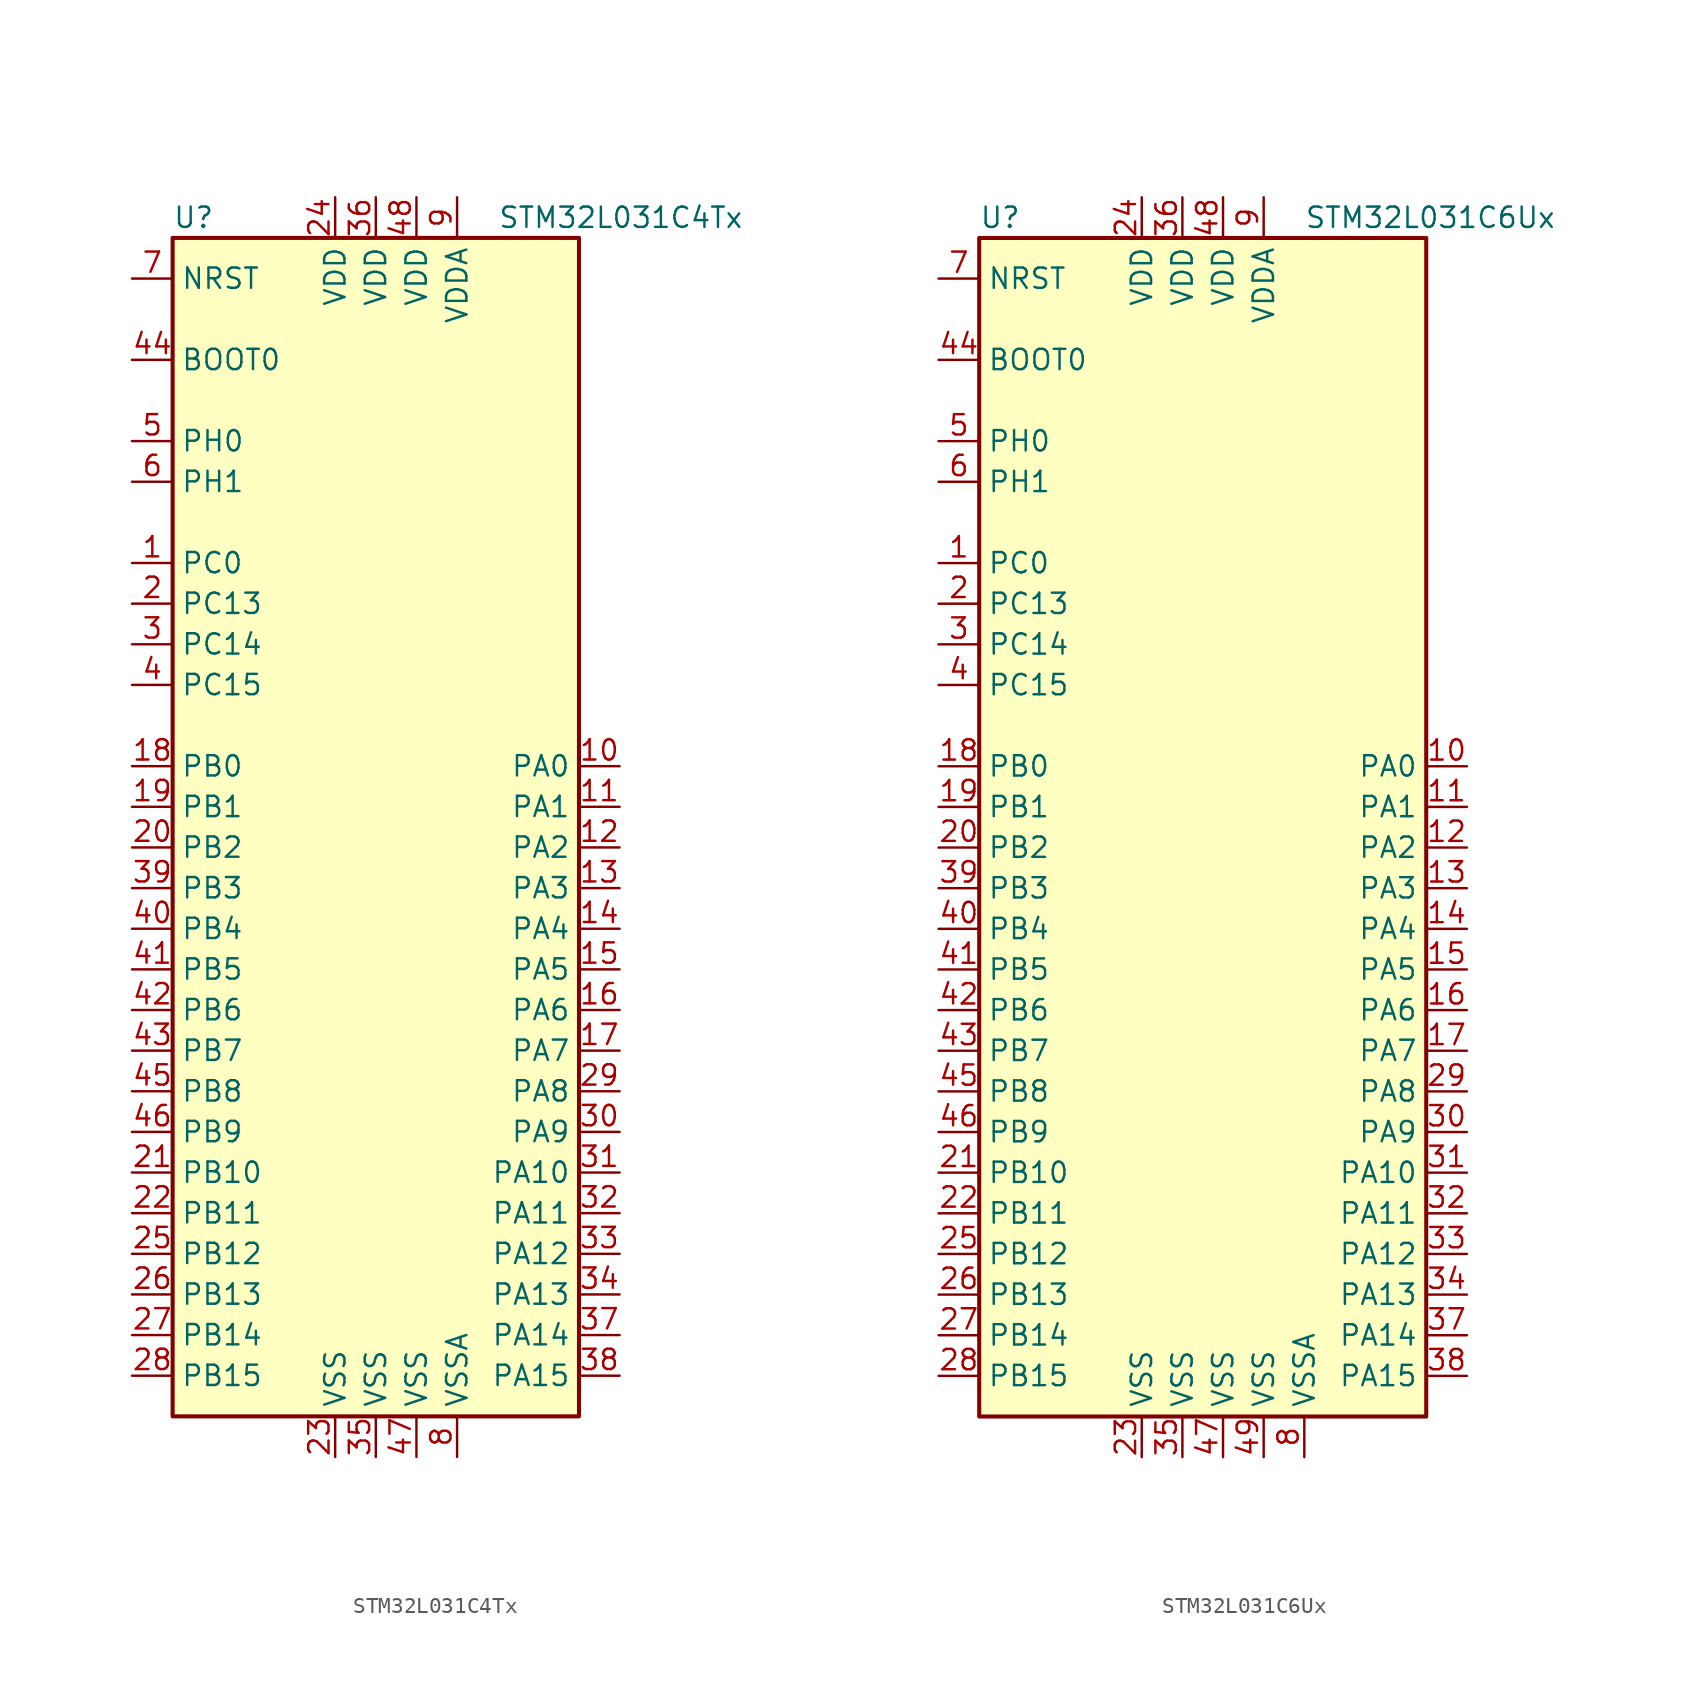
<source format=kicad_sym>
(kicad_symbol_lib
  (version 20211014)
  (generator kicad_symbol_editor)
  (symbol "STM32L031C4Tx"
    (property "Reference" "U"
      (at -12.7 36.83 0)
      (effects (font (size 1.27 1.27)) (justify left)))
    (property "Value" "STM32L031C4Tx"
      (at 7.62 36.83 0)
      (effects (font (size 1.27 1.27)) (justify left)))
    (symbol "STM32L031C4Tx_0_1"
      (rectangle (start -12.7 -38.1) (end 12.7 35.56) (stroke (width 0.254) (type default) (color 0 0 0 0)) (fill (type background))))
    (symbol "STM32L031C4Tx_1_1"
      (pin bidirectional line (at -15.24 15.24 0) (length 2.54) (name "PC0" (effects (font (size 1.27 1.27)))) (number "1" (effects (font (size 1.27 1.27)))))
      (pin bidirectional line (at 15.24 2.54 180) (length 2.54) (name "PA0" (effects (font (size 1.27 1.27)))) (number "10" (effects (font (size 1.27 1.27)))))
      (pin bidirectional line (at 15.24 0 180) (length 2.54) (name "PA1" (effects (font (size 1.27 1.27)))) (number "11" (effects (font (size 1.27 1.27)))))
      (pin bidirectional line (at 15.24 -2.54 180) (length 2.54) (name "PA2" (effects (font (size 1.27 1.27)))) (number "12" (effects (font (size 1.27 1.27)))))
      (pin bidirectional line (at 15.24 -5.08 180) (length 2.54) (name "PA3" (effects (font (size 1.27 1.27)))) (number "13" (effects (font (size 1.27 1.27)))))
      (pin bidirectional line (at 15.24 -7.62 180) (length 2.54) (name "PA4" (effects (font (size 1.27 1.27)))) (number "14" (effects (font (size 1.27 1.27)))))
      (pin bidirectional line (at 15.24 -10.16 180) (length 2.54) (name "PA5" (effects (font (size 1.27 1.27)))) (number "15" (effects (font (size 1.27 1.27)))))
      (pin bidirectional line (at 15.24 -12.7 180) (length 2.54) (name "PA6" (effects (font (size 1.27 1.27)))) (number "16" (effects (font (size 1.27 1.27)))))
      (pin bidirectional line (at 15.24 -15.24 180) (length 2.54) (name "PA7" (effects (font (size 1.27 1.27)))) (number "17" (effects (font (size 1.27 1.27)))))
      (pin bidirectional line (at -15.24 2.54 0) (length 2.54) (name "PB0" (effects (font (size 1.27 1.27)))) (number "18" (effects (font (size 1.27 1.27)))))
      (pin bidirectional line (at -15.24 0 0) (length 2.54) (name "PB1" (effects (font (size 1.27 1.27)))) (number "19" (effects (font (size 1.27 1.27)))))
      (pin bidirectional line (at -15.24 12.7 0) (length 2.54) (name "PC13" (effects (font (size 1.27 1.27)))) (number "2" (effects (font (size 1.27 1.27)))))
      (pin bidirectional line (at -15.24 -2.54 0) (length 2.54) (name "PB2" (effects (font (size 1.27 1.27)))) (number "20" (effects (font (size 1.27 1.27)))))
      (pin bidirectional line (at -15.24 -22.86 0) (length 2.54) (name "PB10" (effects (font (size 1.27 1.27)))) (number "21" (effects (font (size 1.27 1.27)))))
      (pin bidirectional line (at -15.24 -25.4 0) (length 2.54) (name "PB11" (effects (font (size 1.27 1.27)))) (number "22" (effects (font (size 1.27 1.27)))))
      (pin power_in line (at -2.54 -40.64 90) (length 2.54) (name "VSS" (effects (font (size 1.27 1.27)))) (number "23" (effects (font (size 1.27 1.27)))))
      (pin power_in line (at -2.54 38.1 270) (length 2.54) (name "VDD" (effects (font (size 1.27 1.27)))) (number "24" (effects (font (size 1.27 1.27)))))
      (pin bidirectional line (at -15.24 -27.94 0) (length 2.54) (name "PB12" (effects (font (size 1.27 1.27)))) (number "25" (effects (font (size 1.27 1.27)))))
      (pin bidirectional line (at -15.24 -30.48 0) (length 2.54) (name "PB13" (effects (font (size 1.27 1.27)))) (number "26" (effects (font (size 1.27 1.27)))))
      (pin bidirectional line (at -15.24 -33.02 0) (length 2.54) (name "PB14" (effects (font (size 1.27 1.27)))) (number "27" (effects (font (size 1.27 1.27)))))
      (pin bidirectional line (at -15.24 -35.56 0) (length 2.54) (name "PB15" (effects (font (size 1.27 1.27)))) (number "28" (effects (font (size 1.27 1.27)))))
      (pin bidirectional line (at 15.24 -17.78 180) (length 2.54) (name "PA8" (effects (font (size 1.27 1.27)))) (number "29" (effects (font (size 1.27 1.27)))))
      (pin bidirectional line (at -15.24 10.16 0) (length 2.54) (name "PC14" (effects (font (size 1.27 1.27)))) (number "3" (effects (font (size 1.27 1.27)))))
      (pin bidirectional line (at 15.24 -20.32 180) (length 2.54) (name "PA9" (effects (font (size 1.27 1.27)))) (number "30" (effects (font (size 1.27 1.27)))))
      (pin bidirectional line (at 15.24 -22.86 180) (length 2.54) (name "PA10" (effects (font (size 1.27 1.27)))) (number "31" (effects (font (size 1.27 1.27)))))
      (pin bidirectional line (at 15.24 -25.4 180) (length 2.54) (name "PA11" (effects (font (size 1.27 1.27)))) (number "32" (effects (font (size 1.27 1.27)))))
      (pin bidirectional line (at 15.24 -27.94 180) (length 2.54) (name "PA12" (effects (font (size 1.27 1.27)))) (number "33" (effects (font (size 1.27 1.27)))))
      (pin bidirectional line (at 15.24 -30.48 180) (length 2.54) (name "PA13" (effects (font (size 1.27 1.27)))) (number "34" (effects (font (size 1.27 1.27)))))
      (pin power_in line (at 0 -40.64 90) (length 2.54) (name "VSS" (effects (font (size 1.27 1.27)))) (number "35" (effects (font (size 1.27 1.27)))))
      (pin power_in line (at 0 38.1 270) (length 2.54) (name "VDD" (effects (font (size 1.27 1.27)))) (number "36" (effects (font (size 1.27 1.27)))))
      (pin bidirectional line (at 15.24 -33.02 180) (length 2.54) (name "PA14" (effects (font (size 1.27 1.27)))) (number "37" (effects (font (size 1.27 1.27)))))
      (pin bidirectional line (at 15.24 -35.56 180) (length 2.54) (name "PA15" (effects (font (size 1.27 1.27)))) (number "38" (effects (font (size 1.27 1.27)))))
      (pin bidirectional line (at -15.24 -5.08 0) (length 2.54) (name "PB3" (effects (font (size 1.27 1.27)))) (number "39" (effects (font (size 1.27 1.27)))))
      (pin bidirectional line (at -15.24 7.62 0) (length 2.54) (name "PC15" (effects (font (size 1.27 1.27)))) (number "4" (effects (font (size 1.27 1.27)))))
      (pin bidirectional line (at -15.24 -7.62 0) (length 2.54) (name "PB4" (effects (font (size 1.27 1.27)))) (number "40" (effects (font (size 1.27 1.27)))))
      (pin bidirectional line (at -15.24 -10.16 0) (length 2.54) (name "PB5" (effects (font (size 1.27 1.27)))) (number "41" (effects (font (size 1.27 1.27)))))
      (pin bidirectional line (at -15.24 -12.7 0) (length 2.54) (name "PB6" (effects (font (size 1.27 1.27)))) (number "42" (effects (font (size 1.27 1.27)))))
      (pin bidirectional line (at -15.24 -15.24 0) (length 2.54) (name "PB7" (effects (font (size 1.27 1.27)))) (number "43" (effects (font (size 1.27 1.27)))))
      (pin input line (at -15.24 27.94 0) (length 2.54) (name "BOOT0" (effects (font (size 1.27 1.27)))) (number "44" (effects (font (size 1.27 1.27)))))
      (pin bidirectional line (at -15.24 -17.78 0) (length 2.54) (name "PB8" (effects (font (size 1.27 1.27)))) (number "45" (effects (font (size 1.27 1.27)))))
      (pin bidirectional line (at -15.24 -20.32 0) (length 2.54) (name "PB9" (effects (font (size 1.27 1.27)))) (number "46" (effects (font (size 1.27 1.27)))))
      (pin power_in line (at 2.54 -40.64 90) (length 2.54) (name "VSS" (effects (font (size 1.27 1.27)))) (number "47" (effects (font (size 1.27 1.27)))))
      (pin power_in line (at 2.54 38.1 270) (length 2.54) (name "VDD" (effects (font (size 1.27 1.27)))) (number "48" (effects (font (size 1.27 1.27)))))
      (pin input line (at -15.24 22.86 0) (length 2.54) (name "PH0" (effects (font (size 1.27 1.27)))) (number "5" (effects (font (size 1.27 1.27)))))
      (pin input line (at -15.24 20.32 0) (length 2.54) (name "PH1" (effects (font (size 1.27 1.27)))) (number "6" (effects (font (size 1.27 1.27)))))
      (pin input line (at -15.24 33.02 0) (length 2.54) (name "NRST" (effects (font (size 1.27 1.27)))) (number "7" (effects (font (size 1.27 1.27)))))
      (pin power_in line (at 5.08 -40.64 90) (length 2.54) (name "VSSA" (effects (font (size 1.27 1.27)))) (number "8" (effects (font (size 1.27 1.27)))))
      (pin power_in line (at 5.08 38.1 270) (length 2.54) (name "VDDA" (effects (font (size 1.27 1.27)))) (number "9" (effects (font (size 1.27 1.27)))))))
  (symbol "STM32L031C6Ux"
    (property "Reference" "U"
      (at -15.24 36.83 0)
      (effects (font (size 1.27 1.27)) (justify left)))
    (property "Value" "STM32L031C6Ux"
      (at 5.08 36.83 0)
      (effects (font (size 1.27 1.27)) (justify left)))
    (symbol "STM32L031C6Ux_0_1"
      (rectangle (start -15.24 -38.1) (end 12.7 35.56) (stroke (width 0.254) (type default) (color 0 0 0 0)) (fill (type background))))
    (symbol "STM32L031C6Ux_1_1"
      (pin bidirectional line (at -17.78 15.24 0) (length 2.54) (name "PC0" (effects (font (size 1.27 1.27)))) (number "1" (effects (font (size 1.27 1.27)))))
      (pin bidirectional line (at 15.24 2.54 180) (length 2.54) (name "PA0" (effects (font (size 1.27 1.27)))) (number "10" (effects (font (size 1.27 1.27)))))
      (pin bidirectional line (at 15.24 0 180) (length 2.54) (name "PA1" (effects (font (size 1.27 1.27)))) (number "11" (effects (font (size 1.27 1.27)))))
      (pin bidirectional line (at 15.24 -2.54 180) (length 2.54) (name "PA2" (effects (font (size 1.27 1.27)))) (number "12" (effects (font (size 1.27 1.27)))))
      (pin bidirectional line (at 15.24 -5.08 180) (length 2.54) (name "PA3" (effects (font (size 1.27 1.27)))) (number "13" (effects (font (size 1.27 1.27)))))
      (pin bidirectional line (at 15.24 -7.62 180) (length 2.54) (name "PA4" (effects (font (size 1.27 1.27)))) (number "14" (effects (font (size 1.27 1.27)))))
      (pin bidirectional line (at 15.24 -10.16 180) (length 2.54) (name "PA5" (effects (font (size 1.27 1.27)))) (number "15" (effects (font (size 1.27 1.27)))))
      (pin bidirectional line (at 15.24 -12.7 180) (length 2.54) (name "PA6" (effects (font (size 1.27 1.27)))) (number "16" (effects (font (size 1.27 1.27)))))
      (pin bidirectional line (at 15.24 -15.24 180) (length 2.54) (name "PA7" (effects (font (size 1.27 1.27)))) (number "17" (effects (font (size 1.27 1.27)))))
      (pin bidirectional line (at -17.78 2.54 0) (length 2.54) (name "PB0" (effects (font (size 1.27 1.27)))) (number "18" (effects (font (size 1.27 1.27)))))
      (pin bidirectional line (at -17.78 0 0) (length 2.54) (name "PB1" (effects (font (size 1.27 1.27)))) (number "19" (effects (font (size 1.27 1.27)))))
      (pin bidirectional line (at -17.78 12.7 0) (length 2.54) (name "PC13" (effects (font (size 1.27 1.27)))) (number "2" (effects (font (size 1.27 1.27)))))
      (pin bidirectional line (at -17.78 -2.54 0) (length 2.54) (name "PB2" (effects (font (size 1.27 1.27)))) (number "20" (effects (font (size 1.27 1.27)))))
      (pin bidirectional line (at -17.78 -22.86 0) (length 2.54) (name "PB10" (effects (font (size 1.27 1.27)))) (number "21" (effects (font (size 1.27 1.27)))))
      (pin bidirectional line (at -17.78 -25.4 0) (length 2.54) (name "PB11" (effects (font (size 1.27 1.27)))) (number "22" (effects (font (size 1.27 1.27)))))
      (pin power_in line (at -5.08 -40.64 90) (length 2.54) (name "VSS" (effects (font (size 1.27 1.27)))) (number "23" (effects (font (size 1.27 1.27)))))
      (pin power_in line (at -5.08 38.1 270) (length 2.54) (name "VDD" (effects (font (size 1.27 1.27)))) (number "24" (effects (font (size 1.27 1.27)))))
      (pin bidirectional line (at -17.78 -27.94 0) (length 2.54) (name "PB12" (effects (font (size 1.27 1.27)))) (number "25" (effects (font (size 1.27 1.27)))))
      (pin bidirectional line (at -17.78 -30.48 0) (length 2.54) (name "PB13" (effects (font (size 1.27 1.27)))) (number "26" (effects (font (size 1.27 1.27)))))
      (pin bidirectional line (at -17.78 -33.02 0) (length 2.54) (name "PB14" (effects (font (size 1.27 1.27)))) (number "27" (effects (font (size 1.27 1.27)))))
      (pin bidirectional line (at -17.78 -35.56 0) (length 2.54) (name "PB15" (effects (font (size 1.27 1.27)))) (number "28" (effects (font (size 1.27 1.27)))))
      (pin bidirectional line (at 15.24 -17.78 180) (length 2.54) (name "PA8" (effects (font (size 1.27 1.27)))) (number "29" (effects (font (size 1.27 1.27)))))
      (pin bidirectional line (at -17.78 10.16 0) (length 2.54) (name "PC14" (effects (font (size 1.27 1.27)))) (number "3" (effects (font (size 1.27 1.27)))))
      (pin bidirectional line (at 15.24 -20.32 180) (length 2.54) (name "PA9" (effects (font (size 1.27 1.27)))) (number "30" (effects (font (size 1.27 1.27)))))
      (pin bidirectional line (at 15.24 -22.86 180) (length 2.54) (name "PA10" (effects (font (size 1.27 1.27)))) (number "31" (effects (font (size 1.27 1.27)))))
      (pin bidirectional line (at 15.24 -25.4 180) (length 2.54) (name "PA11" (effects (font (size 1.27 1.27)))) (number "32" (effects (font (size 1.27 1.27)))))
      (pin bidirectional line (at 15.24 -27.94 180) (length 2.54) (name "PA12" (effects (font (size 1.27 1.27)))) (number "33" (effects (font (size 1.27 1.27)))))
      (pin bidirectional line (at 15.24 -30.48 180) (length 2.54) (name "PA13" (effects (font (size 1.27 1.27)))) (number "34" (effects (font (size 1.27 1.27)))))
      (pin power_in line (at -2.54 -40.64 90) (length 2.54) (name "VSS" (effects (font (size 1.27 1.27)))) (number "35" (effects (font (size 1.27 1.27)))))
      (pin power_in line (at -2.54 38.1 270) (length 2.54) (name "VDD" (effects (font (size 1.27 1.27)))) (number "36" (effects (font (size 1.27 1.27)))))
      (pin bidirectional line (at 15.24 -33.02 180) (length 2.54) (name "PA14" (effects (font (size 1.27 1.27)))) (number "37" (effects (font (size 1.27 1.27)))))
      (pin bidirectional line (at 15.24 -35.56 180) (length 2.54) (name "PA15" (effects (font (size 1.27 1.27)))) (number "38" (effects (font (size 1.27 1.27)))))
      (pin bidirectional line (at -17.78 -5.08 0) (length 2.54) (name "PB3" (effects (font (size 1.27 1.27)))) (number "39" (effects (font (size 1.27 1.27)))))
      (pin bidirectional line (at -17.78 7.62 0) (length 2.54) (name "PC15" (effects (font (size 1.27 1.27)))) (number "4" (effects (font (size 1.27 1.27)))))
      (pin bidirectional line (at -17.78 -7.62 0) (length 2.54) (name "PB4" (effects (font (size 1.27 1.27)))) (number "40" (effects (font (size 1.27 1.27)))))
      (pin bidirectional line (at -17.78 -10.16 0) (length 2.54) (name "PB5" (effects (font (size 1.27 1.27)))) (number "41" (effects (font (size 1.27 1.27)))))
      (pin bidirectional line (at -17.78 -12.7 0) (length 2.54) (name "PB6" (effects (font (size 1.27 1.27)))) (number "42" (effects (font (size 1.27 1.27)))))
      (pin bidirectional line (at -17.78 -15.24 0) (length 2.54) (name "PB7" (effects (font (size 1.27 1.27)))) (number "43" (effects (font (size 1.27 1.27)))))
      (pin input line (at -17.78 27.94 0) (length 2.54) (name "BOOT0" (effects (font (size 1.27 1.27)))) (number "44" (effects (font (size 1.27 1.27)))))
      (pin bidirectional line (at -17.78 -17.78 0) (length 2.54) (name "PB8" (effects (font (size 1.27 1.27)))) (number "45" (effects (font (size 1.27 1.27)))))
      (pin bidirectional line (at -17.78 -20.32 0) (length 2.54) (name "PB9" (effects (font (size 1.27 1.27)))) (number "46" (effects (font (size 1.27 1.27)))))
      (pin power_in line (at 0 -40.64 90) (length 2.54) (name "VSS" (effects (font (size 1.27 1.27)))) (number "47" (effects (font (size 1.27 1.27)))))
      (pin power_in line (at 0 38.1 270) (length 2.54) (name "VDD" (effects (font (size 1.27 1.27)))) (number "48" (effects (font (size 1.27 1.27)))))
      (pin power_in line (at 2.54 -40.64 90) (length 2.54) (name "VSS" (effects (font (size 1.27 1.27)))) (number "49" (effects (font (size 1.27 1.27)))))
      (pin input line (at -17.78 22.86 0) (length 2.54) (name "PH0" (effects (font (size 1.27 1.27)))) (number "5" (effects (font (size 1.27 1.27)))))
      (pin input line (at -17.78 20.32 0) (length 2.54) (name "PH1" (effects (font (size 1.27 1.27)))) (number "6" (effects (font (size 1.27 1.27)))))
      (pin input line (at -17.78 33.02 0) (length 2.54) (name "NRST" (effects (font (size 1.27 1.27)))) (number "7" (effects (font (size 1.27 1.27)))))
      (pin power_in line (at 5.08 -40.64 90) (length 2.54) (name "VSSA" (effects (font (size 1.27 1.27)))) (number "8" (effects (font (size 1.27 1.27)))))
      (pin power_in line (at 2.54 38.1 270) (length 2.54) (name "VDDA" (effects (font (size 1.27 1.27)))) (number "9" (effects (font (size 1.27 1.27))))))))
</source>
